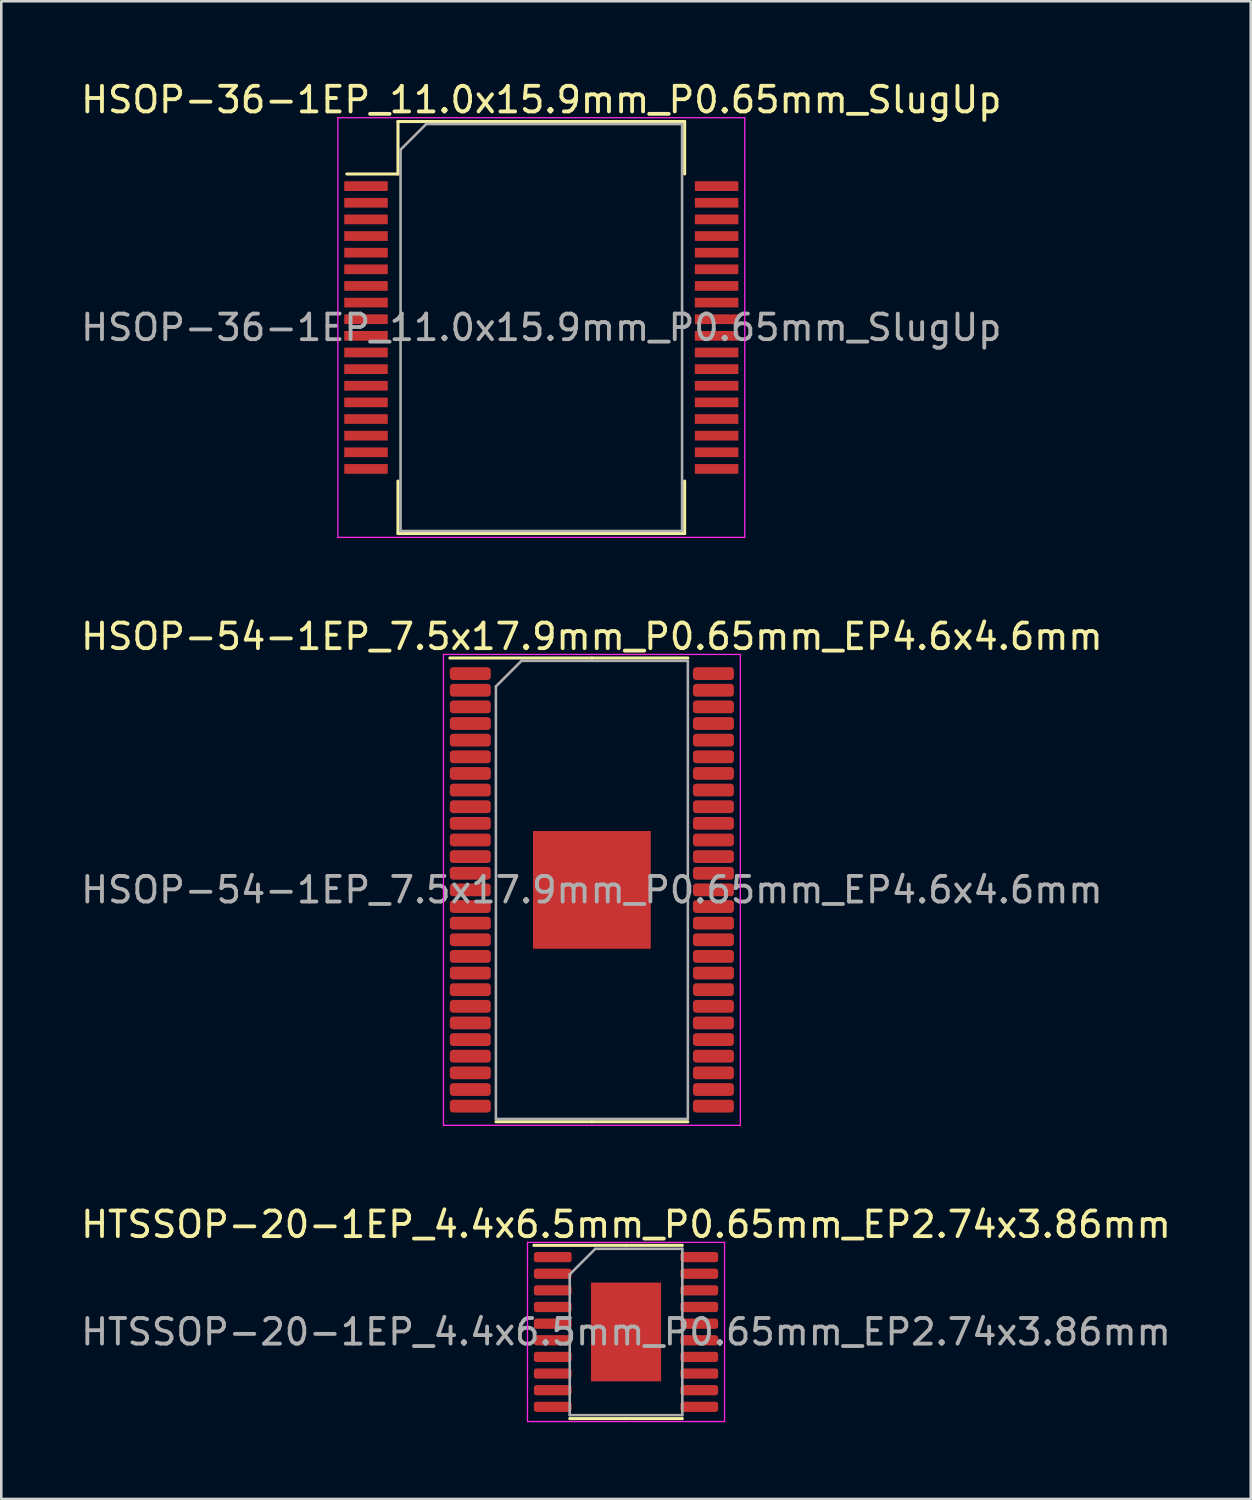
<source format=kicad_pcb>
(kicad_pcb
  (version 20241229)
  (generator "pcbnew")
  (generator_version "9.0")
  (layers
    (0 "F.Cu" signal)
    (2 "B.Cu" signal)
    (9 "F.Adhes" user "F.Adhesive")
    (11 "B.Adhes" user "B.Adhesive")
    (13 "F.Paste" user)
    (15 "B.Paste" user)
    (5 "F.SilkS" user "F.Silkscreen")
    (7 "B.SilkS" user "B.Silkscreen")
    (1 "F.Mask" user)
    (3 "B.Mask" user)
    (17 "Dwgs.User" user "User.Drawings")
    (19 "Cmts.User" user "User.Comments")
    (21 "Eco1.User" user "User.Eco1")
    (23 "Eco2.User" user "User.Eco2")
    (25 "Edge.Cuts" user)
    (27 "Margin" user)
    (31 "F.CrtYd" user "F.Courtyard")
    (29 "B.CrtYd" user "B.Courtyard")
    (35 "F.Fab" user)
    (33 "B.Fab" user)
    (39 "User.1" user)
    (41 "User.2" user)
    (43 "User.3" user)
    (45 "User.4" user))
  (footprint "HSOP-54-1EP_7.5x17.9mm_P0.65mm_EP4.6x4.6mm"
    (layer "F.Cu")
    (at 20.077 31.721)
    (property "Reference" "HSOP-54-1EP_7.5x17.9mm_P0.65mm_EP4.6x4.6mm" (at 0 -9.9 0) (layer "F.SilkS") (effects (font (size 1 1) (thickness 0.15))))
    (attr smd)
    (fp_line (start 0 -9.06) (end -5.55 -9.06) (stroke (width 0.12) (type solid)) (layer "F.SilkS"))
    (fp_line (start 0 -9.06) (end 3.75 -9.06) (stroke (width 0.12) (type solid)) (layer "F.SilkS"))
    (fp_line (start 0 9.06) (end -3.75 9.06) (stroke (width 0.12) (type solid)) (layer "F.SilkS"))
    (fp_line (start 0 9.06) (end 3.75 9.06) (stroke (width 0.12) (type solid)) (layer "F.SilkS"))
    (fp_line (start -5.8 -9.2) (end -5.8 9.2) (stroke (width 0.05) (type solid)) (layer "F.CrtYd"))
    (fp_line (start -5.8 9.2) (end 5.8 9.2) (stroke (width 0.05) (type solid)) (layer "F.CrtYd"))
    (fp_line (start 5.8 -9.2) (end -5.8 -9.2) (stroke (width 0.05) (type solid)) (layer "F.CrtYd"))
    (fp_line (start 5.8 9.2) (end 5.8 -9.2) (stroke (width 0.05) (type solid)) (layer "F.CrtYd"))
    (fp_line (start -3.75 -7.95) (end -2.75 -8.95) (stroke (width 0.1) (type solid)) (layer "F.Fab"))
    (fp_line (start -3.75 8.95) (end -3.75 -7.95) (stroke (width 0.1) (type solid)) (layer "F.Fab"))
    (fp_line (start -2.75 -8.95) (end 3.75 -8.95) (stroke (width 0.1) (type solid)) (layer "F.Fab"))
    (fp_line (start 3.75 -8.95) (end 3.75 8.95) (stroke (width 0.1) (type solid)) (layer "F.Fab"))
    (fp_line (start 3.75 8.95) (end -3.75 8.95) (stroke (width 0.1) (type solid)) (layer "F.Fab"))
    (fp_text user "${REFERENCE}" (at 0 0 0) (layer "F.Fab") (effects (font (size 1 1) (thickness 0.15))))
    (pad "" smd roundrect (at -1.15 -1.15) (size 1.85 1.85) (layers "F.Paste") (roundrect_rratio 0.135))
    (pad "" smd roundrect (at -1.15 1.15) (size 1.85 1.85) (layers "F.Paste") (roundrect_rratio 0.135))
    (pad "" smd roundrect (at 1.15 -1.15) (size 1.85 1.85) (layers "F.Paste") (roundrect_rratio 0.135))
    (pad "" smd roundrect (at 1.15 1.15) (size 1.85 1.85) (layers "F.Paste") (roundrect_rratio 0.135))
    (pad "1" smd roundrect (at -4.75 -8.45) (size 1.6 0.5) (layers "F.Cu" "F.Mask" "F.Paste") (roundrect_rratio 0.25))
    (pad "2" smd roundrect (at -4.75 -7.8) (size 1.6 0.5) (layers "F.Cu" "F.Mask" "F.Paste") (roundrect_rratio 0.25))
    (pad "3" smd roundrect (at -4.75 -7.15) (size 1.6 0.5) (layers "F.Cu" "F.Mask" "F.Paste") (roundrect_rratio 0.25))
    (pad "4" smd roundrect (at -4.75 -6.5) (size 1.6 0.5) (layers "F.Cu" "F.Mask" "F.Paste") (roundrect_rratio 0.25))
    (pad "5" smd roundrect (at -4.75 -5.85) (size 1.6 0.5) (layers "F.Cu" "F.Mask" "F.Paste") (roundrect_rratio 0.25))
    (pad "6" smd roundrect (at -4.75 -5.2) (size 1.6 0.5) (layers "F.Cu" "F.Mask" "F.Paste") (roundrect_rratio 0.25))
    (pad "7" smd roundrect (at -4.75 -4.55) (size 1.6 0.5) (layers "F.Cu" "F.Mask" "F.Paste") (roundrect_rratio 0.25))
    (pad "8" smd roundrect (at -4.75 -3.9) (size 1.6 0.5) (layers "F.Cu" "F.Mask" "F.Paste") (roundrect_rratio 0.25))
    (pad "9" smd roundrect (at -4.75 -3.25) (size 1.6 0.5) (layers "F.Cu" "F.Mask" "F.Paste") (roundrect_rratio 0.25))
    (pad "10" smd roundrect (at -4.75 -2.6) (size 1.6 0.5) (layers "F.Cu" "F.Mask" "F.Paste") (roundrect_rratio 0.25))
    (pad "11" smd roundrect (at -4.75 -1.95) (size 1.6 0.5) (layers "F.Cu" "F.Mask" "F.Paste") (roundrect_rratio 0.25))
    (pad "12" smd roundrect (at -4.75 -1.3) (size 1.6 0.5) (layers "F.Cu" "F.Mask" "F.Paste") (roundrect_rratio 0.25))
    (pad "13" smd roundrect (at -4.75 -0.65) (size 1.6 0.5) (layers "F.Cu" "F.Mask" "F.Paste") (roundrect_rratio 0.25))
    (pad "14" smd roundrect (at -4.75 0) (size 1.6 0.5) (layers "F.Cu" "F.Mask" "F.Paste") (roundrect_rratio 0.25))
    (pad "15" smd roundrect (at -4.75 0.65) (size 1.6 0.5) (layers "F.Cu" "F.Mask" "F.Paste") (roundrect_rratio 0.25))
    (pad "16" smd roundrect (at -4.75 1.3) (size 1.6 0.5) (layers "F.Cu" "F.Mask" "F.Paste") (roundrect_rratio 0.25))
    (pad "17" smd roundrect (at -4.75 1.95) (size 1.6 0.5) (layers "F.Cu" "F.Mask" "F.Paste") (roundrect_rratio 0.25))
    (pad "18" smd roundrect (at -4.75 2.6) (size 1.6 0.5) (layers "F.Cu" "F.Mask" "F.Paste") (roundrect_rratio 0.25))
    (pad "19" smd roundrect (at -4.75 3.25) (size 1.6 0.5) (layers "F.Cu" "F.Mask" "F.Paste") (roundrect_rratio 0.25))
    (pad "20" smd roundrect (at -4.75 3.9) (size 1.6 0.5) (layers "F.Cu" "F.Mask" "F.Paste") (roundrect_rratio 0.25))
    (pad "21" smd roundrect (at -4.75 4.55) (size 1.6 0.5) (layers "F.Cu" "F.Mask" "F.Paste") (roundrect_rratio 0.25))
    (pad "22" smd roundrect (at -4.75 5.2) (size 1.6 0.5) (layers "F.Cu" "F.Mask" "F.Paste") (roundrect_rratio 0.25))
    (pad "23" smd roundrect (at -4.75 5.85) (size 1.6 0.5) (layers "F.Cu" "F.Mask" "F.Paste") (roundrect_rratio 0.25))
    (pad "24" smd roundrect (at -4.75 6.5) (size 1.6 0.5) (layers "F.Cu" "F.Mask" "F.Paste") (roundrect_rratio 0.25))
    (pad "25" smd roundrect (at -4.75 7.15) (size 1.6 0.5) (layers "F.Cu" "F.Mask" "F.Paste") (roundrect_rratio 0.25))
    (pad "26" smd roundrect (at -4.75 7.8) (size 1.6 0.5) (layers "F.Cu" "F.Mask" "F.Paste") (roundrect_rratio 0.25))
    (pad "27" smd roundrect (at -4.75 8.45) (size 1.6 0.5) (layers "F.Cu" "F.Mask" "F.Paste") (roundrect_rratio 0.25))
    (pad "28" smd roundrect (at 4.75 8.45) (size 1.6 0.5) (layers "F.Cu" "F.Mask" "F.Paste") (roundrect_rratio 0.25))
    (pad "29" smd roundrect (at 4.75 7.8) (size 1.6 0.5) (layers "F.Cu" "F.Mask" "F.Paste") (roundrect_rratio 0.25))
    (pad "30" smd roundrect (at 4.75 7.15) (size 1.6 0.5) (layers "F.Cu" "F.Mask" "F.Paste") (roundrect_rratio 0.25))
    (pad "31" smd roundrect (at 4.75 6.5) (size 1.6 0.5) (layers "F.Cu" "F.Mask" "F.Paste") (roundrect_rratio 0.25))
    (pad "32" smd roundrect (at 4.75 5.85) (size 1.6 0.5) (layers "F.Cu" "F.Mask" "F.Paste") (roundrect_rratio 0.25))
    (pad "33" smd roundrect (at 4.75 5.2) (size 1.6 0.5) (layers "F.Cu" "F.Mask" "F.Paste") (roundrect_rratio 0.25))
    (pad "34" smd roundrect (at 4.75 4.55) (size 1.6 0.5) (layers "F.Cu" "F.Mask" "F.Paste") (roundrect_rratio 0.25))
    (pad "35" smd roundrect (at 4.75 3.9) (size 1.6 0.5) (layers "F.Cu" "F.Mask" "F.Paste") (roundrect_rratio 0.25))
    (pad "36" smd roundrect (at 4.75 3.25) (size 1.6 0.5) (layers "F.Cu" "F.Mask" "F.Paste") (roundrect_rratio 0.25))
    (pad "37" smd roundrect (at 4.75 2.6) (size 1.6 0.5) (layers "F.Cu" "F.Mask" "F.Paste") (roundrect_rratio 0.25))
    (pad "38" smd roundrect (at 4.75 1.95) (size 1.6 0.5) (layers "F.Cu" "F.Mask" "F.Paste") (roundrect_rratio 0.25))
    (pad "39" smd roundrect (at 4.75 1.3) (size 1.6 0.5) (layers "F.Cu" "F.Mask" "F.Paste") (roundrect_rratio 0.25))
    (pad "40" smd roundrect (at 4.75 0.65) (size 1.6 0.5) (layers "F.Cu" "F.Mask" "F.Paste") (roundrect_rratio 0.25))
    (pad "41" smd roundrect (at 4.75 0) (size 1.6 0.5) (layers "F.Cu" "F.Mask" "F.Paste") (roundrect_rratio 0.25))
    (pad "42" smd roundrect (at 4.75 -0.65) (size 1.6 0.5) (layers "F.Cu" "F.Mask" "F.Paste") (roundrect_rratio 0.25))
    (pad "43" smd roundrect (at 4.75 -1.3) (size 1.6 0.5) (layers "F.Cu" "F.Mask" "F.Paste") (roundrect_rratio 0.25))
    (pad "44" smd roundrect (at 4.75 -1.95) (size 1.6 0.5) (layers "F.Cu" "F.Mask" "F.Paste") (roundrect_rratio 0.25))
    (pad "45" smd roundrect (at 4.75 -2.6) (size 1.6 0.5) (layers "F.Cu" "F.Mask" "F.Paste") (roundrect_rratio 0.25))
    (pad "46" smd roundrect (at 4.75 -3.25) (size 1.6 0.5) (layers "F.Cu" "F.Mask" "F.Paste") (roundrect_rratio 0.25))
    (pad "47" smd roundrect (at 4.75 -3.9) (size 1.6 0.5) (layers "F.Cu" "F.Mask" "F.Paste") (roundrect_rratio 0.25))
    (pad "48" smd roundrect (at 4.75 -4.55) (size 1.6 0.5) (layers "F.Cu" "F.Mask" "F.Paste") (roundrect_rratio 0.25))
    (pad "49" smd roundrect (at 4.75 -5.2) (size 1.6 0.5) (layers "F.Cu" "F.Mask" "F.Paste") (roundrect_rratio 0.25))
    (pad "50" smd roundrect (at 4.75 -5.85) (size 1.6 0.5) (layers "F.Cu" "F.Mask" "F.Paste") (roundrect_rratio 0.25))
    (pad "51" smd roundrect (at 4.75 -6.5) (size 1.6 0.5) (layers "F.Cu" "F.Mask" "F.Paste") (roundrect_rratio 0.25))
    (pad "52" smd roundrect (at 4.75 -7.15) (size 1.6 0.5) (layers "F.Cu" "F.Mask" "F.Paste") (roundrect_rratio 0.25))
    (pad "53" smd roundrect (at 4.75 -7.8) (size 1.6 0.5) (layers "F.Cu" "F.Mask" "F.Paste") (roundrect_rratio 0.25))
    (pad "54" smd roundrect (at 4.75 -8.45) (size 1.6 0.5) (layers "F.Cu" "F.Mask" "F.Paste") (roundrect_rratio 0.25))
    (pad "55" smd rect (at 0 0) (size 4.6 4.6) (layers "F.Cu" "F.Mask")))
  (footprint "HSOP-36-1EP_11.0x15.9mm_P0.65mm_SlugUp"
    (layer "F.Cu")
    (at 18.101 9.748)
    (property "Reference" "HSOP-36-1EP_11.0x15.9mm_P0.65mm_SlugUp" (at 0 -8.9 0) (layer "F.SilkS") (effects (font (size 1 1) (thickness 0.15))))
    (attr smd)
    (fp_line (start -5.6 -8.05) (end -5.6 -6) (stroke (width 0.12) (type solid)) (layer "F.SilkS"))
    (fp_line (start -5.6 -6) (end -7.6 -6) (stroke (width 0.12) (type solid)) (layer "F.SilkS"))
    (fp_line (start -5.6 8.05) (end -5.6 6) (stroke (width 0.12) (type solid)) (layer "F.SilkS"))
    (fp_line (start 5.6 -8.05) (end -5.6 -8.05) (stroke (width 0.12) (type solid)) (layer "F.SilkS"))
    (fp_line (start 5.6 -8.05) (end 5.6 -6) (stroke (width 0.12) (type solid)) (layer "F.SilkS"))
    (fp_line (start 5.6 8.05) (end -5.6 8.05) (stroke (width 0.12) (type solid)) (layer "F.SilkS"))
    (fp_line (start 5.6 8.05) (end 5.6 6) (stroke (width 0.12) (type solid)) (layer "F.SilkS"))
    (fp_line (start -7.95 -8.2) (end -7.95 8.2) (stroke (width 0.05) (type solid)) (layer "F.CrtYd"))
    (fp_line (start -7.95 -8.2) (end 7.95 -8.2) (stroke (width 0.05) (type solid)) (layer "F.CrtYd"))
    (fp_line (start 7.95 8.2) (end -7.95 8.2) (stroke (width 0.05) (type solid)) (layer "F.CrtYd"))
    (fp_line (start 7.95 8.2) (end 7.95 -8.2) (stroke (width 0.05) (type solid)) (layer "F.CrtYd"))
    (fp_line (start -5.5 -6.95) (end -5.5 7.95) (stroke (width 0.1) (type solid)) (layer "F.Fab"))
    (fp_line (start -5.5 7.95) (end 5.5 7.95) (stroke (width 0.1) (type solid)) (layer "F.Fab"))
    (fp_line (start -4.5 -7.95) (end -5.5 -6.95) (stroke (width 0.1) (type solid)) (layer "F.Fab"))
    (fp_line (start 5.5 -7.95) (end -4.5 -7.95) (stroke (width 0.1) (type solid)) (layer "F.Fab"))
    (fp_line (start 5.5 7.95) (end 5.5 -7.95) (stroke (width 0.1) (type solid)) (layer "F.Fab"))
    (fp_text user "${REFERENCE}" (at 0 0 0) (layer "F.Fab") (effects (font (size 1 1) (thickness 0.15))))
    (pad "1" smd rect (at -6.85 -5.525) (size 1.7 0.38) (layers "F.Cu" "F.Mask" "F.Paste"))
    (pad "2" smd rect (at -6.85 -4.875) (size 1.7 0.38) (layers "F.Cu" "F.Mask" "F.Paste"))
    (pad "3" smd rect (at -6.85 -4.225) (size 1.7 0.38) (layers "F.Cu" "F.Mask" "F.Paste"))
    (pad "4" smd rect (at -6.85 -3.575) (size 1.7 0.38) (layers "F.Cu" "F.Mask" "F.Paste"))
    (pad "5" smd rect (at -6.85 -2.925) (size 1.7 0.38) (layers "F.Cu" "F.Mask" "F.Paste"))
    (pad "6" smd rect (at -6.85 -2.275) (size 1.7 0.38) (layers "F.Cu" "F.Mask" "F.Paste"))
    (pad "7" smd rect (at -6.85 -1.625) (size 1.7 0.38) (layers "F.Cu" "F.Mask" "F.Paste"))
    (pad "8" smd rect (at -6.85 -0.975) (size 1.7 0.38) (layers "F.Cu" "F.Mask" "F.Paste"))
    (pad "9" smd rect (at -6.85 -0.325) (size 1.7 0.38) (layers "F.Cu" "F.Mask" "F.Paste"))
    (pad "10" smd rect (at -6.85 0.325) (size 1.7 0.38) (layers "F.Cu" "F.Mask" "F.Paste"))
    (pad "11" smd rect (at -6.85 0.975) (size 1.7 0.38) (layers "F.Cu" "F.Mask" "F.Paste"))
    (pad "12" smd rect (at -6.85 1.625) (size 1.7 0.38) (layers "F.Cu" "F.Mask" "F.Paste"))
    (pad "13" smd rect (at -6.85 2.275) (size 1.7 0.38) (layers "F.Cu" "F.Mask" "F.Paste"))
    (pad "14" smd rect (at -6.85 2.925) (size 1.7 0.38) (layers "F.Cu" "F.Mask" "F.Paste"))
    (pad "15" smd rect (at -6.85 3.575) (size 1.7 0.38) (layers "F.Cu" "F.Mask" "F.Paste"))
    (pad "16" smd rect (at -6.85 4.225) (size 1.7 0.38) (layers "F.Cu" "F.Mask" "F.Paste"))
    (pad "17" smd rect (at -6.85 4.875) (size 1.7 0.38) (layers "F.Cu" "F.Mask" "F.Paste"))
    (pad "18" smd rect (at -6.85 5.525) (size 1.7 0.38) (layers "F.Cu" "F.Mask" "F.Paste"))
    (pad "19" smd rect (at 6.85 5.525) (size 1.7 0.38) (layers "F.Cu" "F.Mask" "F.Paste"))
    (pad "20" smd rect (at 6.85 4.875) (size 1.7 0.38) (layers "F.Cu" "F.Mask" "F.Paste"))
    (pad "21" smd rect (at 6.85 4.225) (size 1.7 0.38) (layers "F.Cu" "F.Mask" "F.Paste"))
    (pad "22" smd rect (at 6.85 3.575) (size 1.7 0.38) (layers "F.Cu" "F.Mask" "F.Paste"))
    (pad "23" smd rect (at 6.85 2.925) (size 1.7 0.38) (layers "F.Cu" "F.Mask" "F.Paste"))
    (pad "24" smd rect (at 6.85 2.275) (size 1.7 0.38) (layers "F.Cu" "F.Mask" "F.Paste"))
    (pad "25" smd rect (at 6.85 1.625) (size 1.7 0.38) (layers "F.Cu" "F.Mask" "F.Paste"))
    (pad "26" smd rect (at 6.85 0.975) (size 1.7 0.38) (layers "F.Cu" "F.Mask" "F.Paste"))
    (pad "27" smd rect (at 6.85 0.325) (size 1.7 0.38) (layers "F.Cu" "F.Mask" "F.Paste"))
    (pad "28" smd rect (at 6.85 -0.325) (size 1.7 0.38) (layers "F.Cu" "F.Mask" "F.Paste"))
    (pad "29" smd rect (at 6.85 -0.975) (size 1.7 0.38) (layers "F.Cu" "F.Mask" "F.Paste"))
    (pad "30" smd rect (at 6.85 -1.625) (size 1.7 0.38) (layers "F.Cu" "F.Mask" "F.Paste"))
    (pad "31" smd rect (at 6.85 -2.275) (size 1.7 0.38) (layers "F.Cu" "F.Mask" "F.Paste"))
    (pad "32" smd rect (at 6.85 -2.925) (size 1.7 0.38) (layers "F.Cu" "F.Mask" "F.Paste"))
    (pad "33" smd rect (at 6.85 -3.575) (size 1.7 0.38) (layers "F.Cu" "F.Mask" "F.Paste"))
    (pad "34" smd rect (at 6.85 -4.225) (size 1.7 0.38) (layers "F.Cu" "F.Mask" "F.Paste"))
    (pad "35" smd rect (at 6.85 -4.875) (size 1.7 0.38) (layers "F.Cu" "F.Mask" "F.Paste"))
    (pad "36" smd rect (at 6.85 -5.525) (size 1.7 0.38) (layers "F.Cu" "F.Mask" "F.Paste")))
  (footprint "HTSSOP-20-1EP_4.4x6.5mm_P0.65mm_EP2.74x3.86mm"
    (layer "F.Cu")
    (at 21.411 48.995)
    (property "Reference" "HTSSOP-20-1EP_4.4x6.5mm_P0.65mm_EP2.74x3.86mm" (at 0 -4.2 0) (layer "F.SilkS") (effects (font (size 1 1) (thickness 0.15))))
    (attr smd)
    (fp_line (start 0 -3.385) (end -3.6 -3.385) (stroke (width 0.12) (type solid)) (layer "F.SilkS"))
    (fp_line (start 0 -3.385) (end 2.2 -3.385) (stroke (width 0.12) (type solid)) (layer "F.SilkS"))
    (fp_line (start 0 3.385) (end -2.2 3.385) (stroke (width 0.12) (type solid)) (layer "F.SilkS"))
    (fp_line (start 0 3.385) (end 2.2 3.385) (stroke (width 0.12) (type solid)) (layer "F.SilkS"))
    (fp_line (start -3.85 -3.5) (end -3.85 3.5) (stroke (width 0.05) (type solid)) (layer "F.CrtYd"))
    (fp_line (start -3.85 3.5) (end 3.85 3.5) (stroke (width 0.05) (type solid)) (layer "F.CrtYd"))
    (fp_line (start 3.85 -3.5) (end -3.85 -3.5) (stroke (width 0.05) (type solid)) (layer "F.CrtYd"))
    (fp_line (start 3.85 3.5) (end 3.85 -3.5) (stroke (width 0.05) (type solid)) (layer "F.CrtYd"))
    (fp_line (start -2.2 -2.25) (end -1.2 -3.25) (stroke (width 0.1) (type solid)) (layer "F.Fab"))
    (fp_line (start -2.2 3.25) (end -2.2 -2.25) (stroke (width 0.1) (type solid)) (layer "F.Fab"))
    (fp_line (start -1.2 -3.25) (end 2.2 -3.25) (stroke (width 0.1) (type solid)) (layer "F.Fab"))
    (fp_line (start 2.2 -3.25) (end 2.2 3.25) (stroke (width 0.1) (type solid)) (layer "F.Fab"))
    (fp_line (start 2.2 3.25) (end -2.2 3.25) (stroke (width 0.1) (type solid)) (layer "F.Fab"))
    (fp_text user "${REFERENCE}" (at 0 0 0) (layer "F.Fab") (effects (font (size 1 1) (thickness 0.15))))
    (pad "" smd roundrect (at 0 -0.965) (size 2.21 1.56) (layers "F.Paste") (roundrect_rratio 0.16))
    (pad "" smd roundrect (at 0 0.965) (size 2.21 1.56) (layers "F.Paste") (roundrect_rratio 0.16))
    (pad "1" smd roundrect (at -2.862 -2.925) (size 1.475 0.4) (layers "F.Cu" "F.Mask" "F.Paste") (roundrect_rratio 0.25))
    (pad "2" smd roundrect (at -2.862 -2.275) (size 1.475 0.4) (layers "F.Cu" "F.Mask" "F.Paste") (roundrect_rratio 0.25))
    (pad "3" smd roundrect (at -2.862 -1.625) (size 1.475 0.4) (layers "F.Cu" "F.Mask" "F.Paste") (roundrect_rratio 0.25))
    (pad "4" smd roundrect (at -2.862 -0.975) (size 1.475 0.4) (layers "F.Cu" "F.Mask" "F.Paste") (roundrect_rratio 0.25))
    (pad "5" smd roundrect (at -2.862 -0.325) (size 1.475 0.4) (layers "F.Cu" "F.Mask" "F.Paste") (roundrect_rratio 0.25))
    (pad "6" smd roundrect (at -2.862 0.325) (size 1.475 0.4) (layers "F.Cu" "F.Mask" "F.Paste") (roundrect_rratio 0.25))
    (pad "7" smd roundrect (at -2.862 0.975) (size 1.475 0.4) (layers "F.Cu" "F.Mask" "F.Paste") (roundrect_rratio 0.25))
    (pad "8" smd roundrect (at -2.862 1.625) (size 1.475 0.4) (layers "F.Cu" "F.Mask" "F.Paste") (roundrect_rratio 0.25))
    (pad "9" smd roundrect (at -2.862 2.275) (size 1.475 0.4) (layers "F.Cu" "F.Mask" "F.Paste") (roundrect_rratio 0.25))
    (pad "10" smd roundrect (at -2.862 2.925) (size 1.475 0.4) (layers "F.Cu" "F.Mask" "F.Paste") (roundrect_rratio 0.25))
    (pad "11" smd roundrect (at 2.862 2.925) (size 1.475 0.4) (layers "F.Cu" "F.Mask" "F.Paste") (roundrect_rratio 0.25))
    (pad "12" smd roundrect (at 2.862 2.275) (size 1.475 0.4) (layers "F.Cu" "F.Mask" "F.Paste") (roundrect_rratio 0.25))
    (pad "13" smd roundrect (at 2.862 1.625) (size 1.475 0.4) (layers "F.Cu" "F.Mask" "F.Paste") (roundrect_rratio 0.25))
    (pad "14" smd roundrect (at 2.862 0.975) (size 1.475 0.4) (layers "F.Cu" "F.Mask" "F.Paste") (roundrect_rratio 0.25))
    (pad "15" smd roundrect (at 2.862 0.325) (size 1.475 0.4) (layers "F.Cu" "F.Mask" "F.Paste") (roundrect_rratio 0.25))
    (pad "16" smd roundrect (at 2.862 -0.325) (size 1.475 0.4) (layers "F.Cu" "F.Mask" "F.Paste") (roundrect_rratio 0.25))
    (pad "17" smd roundrect (at 2.862 -0.975) (size 1.475 0.4) (layers "F.Cu" "F.Mask" "F.Paste") (roundrect_rratio 0.25))
    (pad "18" smd roundrect (at 2.862 -1.625) (size 1.475 0.4) (layers "F.Cu" "F.Mask" "F.Paste") (roundrect_rratio 0.25))
    (pad "19" smd roundrect (at 2.862 -2.275) (size 1.475 0.4) (layers "F.Cu" "F.Mask" "F.Paste") (roundrect_rratio 0.25))
    (pad "20" smd roundrect (at 2.862 -2.925) (size 1.475 0.4) (layers "F.Cu" "F.Mask" "F.Paste") (roundrect_rratio 0.25))
    (pad "21" smd rect (at 0 0) (size 2.74 3.86) (layers "F.Cu" "F.Mask")))
  (gr_rect
    (start -3 -3)
    (end 45.821 55.52)
    (stroke (width 0.1) (type default))
    (fill no)
    (layer "Edge.Cuts")))
</source>
